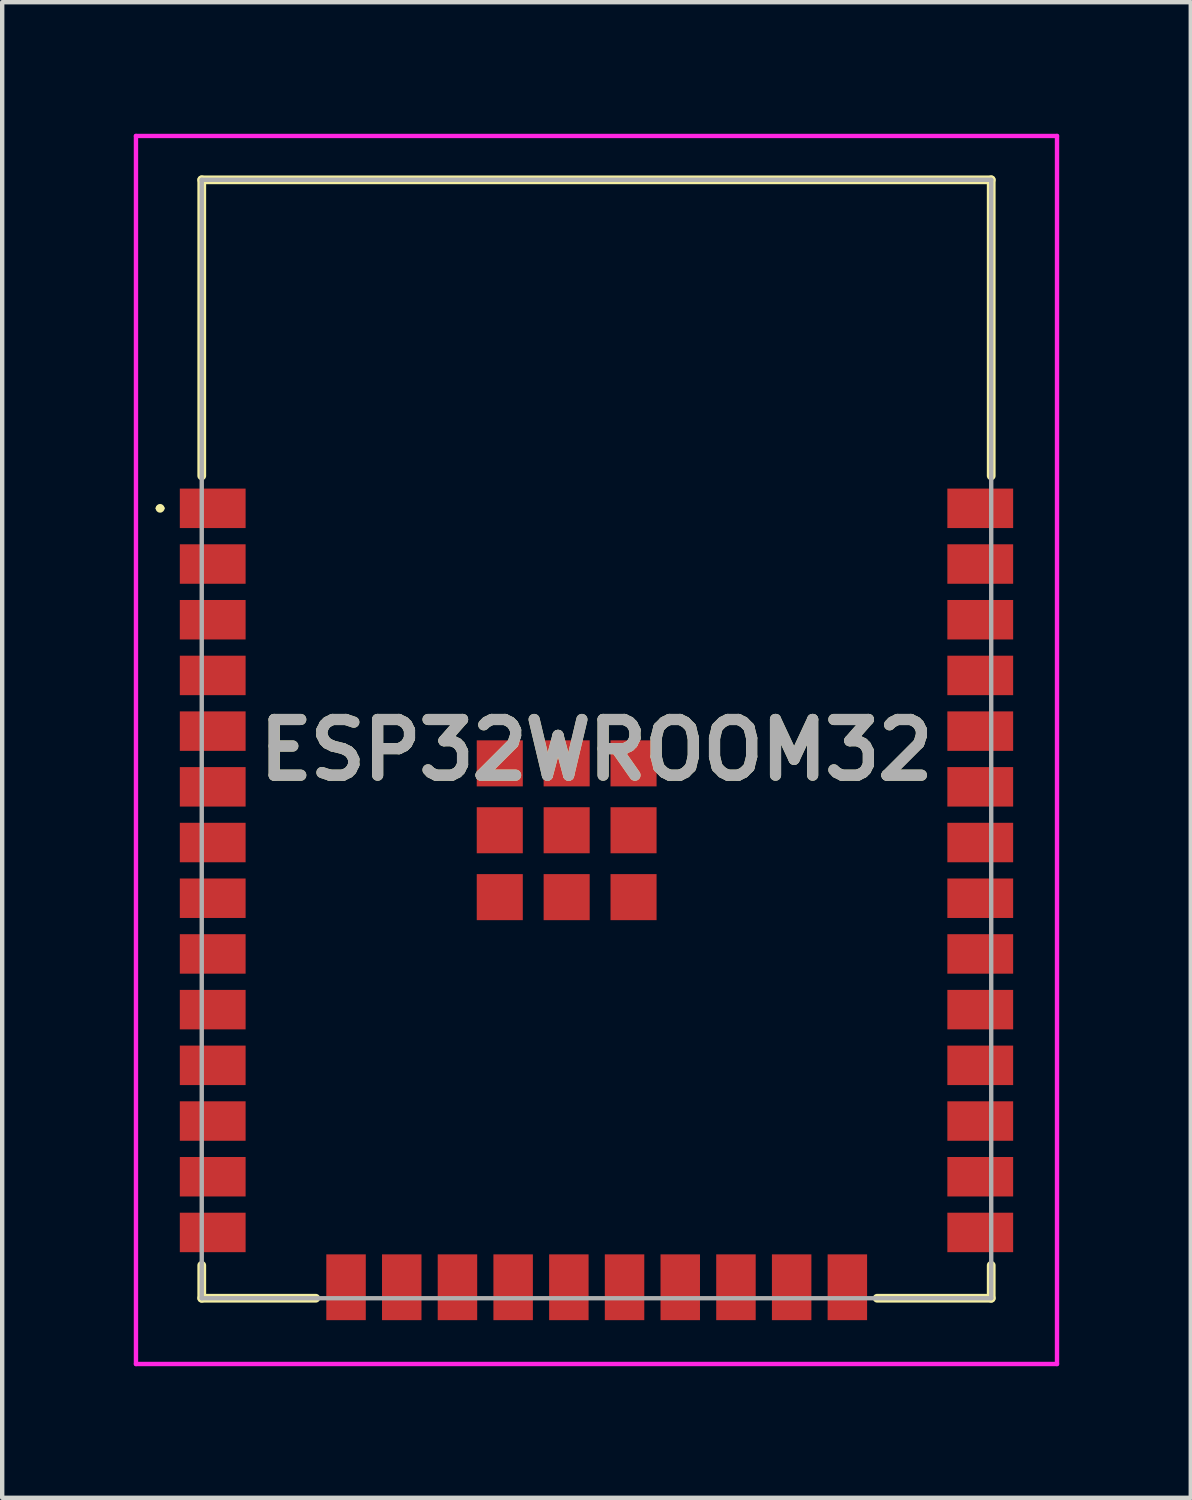
<source format=kicad_pcb>
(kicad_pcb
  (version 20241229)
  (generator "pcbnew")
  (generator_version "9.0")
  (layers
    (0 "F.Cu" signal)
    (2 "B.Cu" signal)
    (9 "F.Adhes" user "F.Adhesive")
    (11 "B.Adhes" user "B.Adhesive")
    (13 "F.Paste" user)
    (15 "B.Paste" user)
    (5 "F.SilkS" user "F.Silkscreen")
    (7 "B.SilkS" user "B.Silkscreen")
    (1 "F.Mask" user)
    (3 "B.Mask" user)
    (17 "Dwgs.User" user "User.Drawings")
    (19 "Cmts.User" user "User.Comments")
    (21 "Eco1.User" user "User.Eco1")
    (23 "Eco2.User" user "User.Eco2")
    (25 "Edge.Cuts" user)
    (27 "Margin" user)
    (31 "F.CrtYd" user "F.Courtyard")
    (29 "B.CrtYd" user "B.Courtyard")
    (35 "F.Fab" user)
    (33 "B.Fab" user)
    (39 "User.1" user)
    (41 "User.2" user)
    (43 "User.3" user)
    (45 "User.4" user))
  (footprint "ESP32WROOM32"
    (layer "F.Cu")
    (at 10.55 14.05)
    (property "Reference" "ESP32WROOM32" (at 0 0 0) (layer "F.SilkS") (effects (font (size 1.27 1.27) (thickness 0.254))))
    (attr smd)
    (fp_line (start -10 -5.51) (end -10 -5.51) (stroke (width 0.1) (type solid)) (layer "F.SilkS"))
    (fp_line (start -9.9 -5.51) (end -9.9 -5.51) (stroke (width 0.1) (type solid)) (layer "F.SilkS"))
    (fp_line (start -9 -13) (end 9 -13) (stroke (width 0.2) (type solid)) (layer "F.SilkS"))
    (fp_line (start -9 -6.25) (end -9 -13) (stroke (width 0.2) (type solid)) (layer "F.SilkS"))
    (fp_line (start -9 12.5) (end -9 11.75) (stroke (width 0.2) (type solid)) (layer "F.SilkS"))
    (fp_line (start -6.4 12.5) (end -9 12.5) (stroke (width 0.2) (type solid)) (layer "F.SilkS"))
    (fp_line (start 6.4 12.5) (end 9 12.5) (stroke (width 0.2) (type solid)) (layer "F.SilkS"))
    (fp_line (start 9 -13) (end 9 -6.25) (stroke (width 0.2) (type solid)) (layer "F.SilkS"))
    (fp_line (start 9 12.5) (end 9 11.75) (stroke (width 0.2) (type solid)) (layer "F.SilkS"))
    (fp_arc (start -10 -5.51) (mid -9.95 -5.56) (end -9.9 -5.51) (stroke (width 0.1) (type solid)) (layer "F.SilkS"))
    (fp_arc (start -9.9 -5.51) (mid -9.95 -5.46) (end -10 -5.51) (stroke (width 0.1) (type solid)) (layer "F.SilkS"))
    (fp_line (start -10.5 -14) (end 10.5 -14) (stroke (width 0.1) (type solid)) (layer "F.CrtYd"))
    (fp_line (start -10.5 14) (end -10.5 -14) (stroke (width 0.1) (type solid)) (layer "F.CrtYd"))
    (fp_line (start 10.5 -14) (end 10.5 14) (stroke (width 0.1) (type solid)) (layer "F.CrtYd"))
    (fp_line (start 10.5 14) (end -10.5 14) (stroke (width 0.1) (type solid)) (layer "F.CrtYd"))
    (fp_line (start -9 -13) (end -9 12.5) (stroke (width 0.1) (type solid)) (layer "F.Fab"))
    (fp_line (start -9 12.5) (end 9 12.5) (stroke (width 0.1) (type solid)) (layer "F.Fab"))
    (fp_line (start 9 -13) (end -9 -13) (stroke (width 0.1) (type solid)) (layer "F.Fab"))
    (fp_line (start 9 12.5) (end 9 -13) (stroke (width 0.1) (type solid)) (layer "F.Fab"))
    (fp_text user "${REFERENCE}" (at 0 0 0) (layer "F.Fab") (effects (font (size 1.27 1.27) (thickness 0.254))))
    (pad "1" smd rect (at -8.75 -5.51 90) (size 0.9 1.5) (layers "F.Cu" "F.Mask" "F.Paste"))
    (pad "2" smd rect (at -8.75 -4.24 90) (size 0.9 1.5) (layers "F.Cu" "F.Mask" "F.Paste"))
    (pad "3" smd rect (at -8.75 -2.97 90) (size 0.9 1.5) (layers "F.Cu" "F.Mask" "F.Paste"))
    (pad "4" smd rect (at -8.75 -1.7 90) (size 0.9 1.5) (layers "F.Cu" "F.Mask" "F.Paste"))
    (pad "5" smd rect (at -8.75 -0.43 90) (size 0.9 1.5) (layers "F.Cu" "F.Mask" "F.Paste"))
    (pad "6" smd rect (at -8.75 0.84 90) (size 0.9 1.5) (layers "F.Cu" "F.Mask" "F.Paste"))
    (pad "7" smd rect (at -8.75 2.11 90) (size 0.9 1.5) (layers "F.Cu" "F.Mask" "F.Paste"))
    (pad "8" smd rect (at -8.75 3.38 90) (size 0.9 1.5) (layers "F.Cu" "F.Mask" "F.Paste"))
    (pad "9" smd rect (at -8.75 4.65 90) (size 0.9 1.5) (layers "F.Cu" "F.Mask" "F.Paste"))
    (pad "10" smd rect (at -8.75 5.92 90) (size 0.9 1.5) (layers "F.Cu" "F.Mask" "F.Paste"))
    (pad "11" smd rect (at -8.75 7.19 90) (size 0.9 1.5) (layers "F.Cu" "F.Mask" "F.Paste"))
    (pad "12" smd rect (at -8.75 8.46 90) (size 0.9 1.5) (layers "F.Cu" "F.Mask" "F.Paste"))
    (pad "13" smd rect (at -8.75 9.73 90) (size 0.9 1.5) (layers "F.Cu" "F.Mask" "F.Paste"))
    (pad "14" smd rect (at -8.75 11 90) (size 0.9 1.5) (layers "F.Cu" "F.Mask" "F.Paste"))
    (pad "15" smd rect (at -5.71 12.25) (size 0.9 1.5) (layers "F.Cu" "F.Mask" "F.Paste"))
    (pad "16" smd rect (at -4.44 12.25) (size 0.9 1.5) (layers "F.Cu" "F.Mask" "F.Paste"))
    (pad "17" smd rect (at -3.17 12.25) (size 0.9 1.5) (layers "F.Cu" "F.Mask" "F.Paste"))
    (pad "18" smd rect (at -1.9 12.25) (size 0.9 1.5) (layers "F.Cu" "F.Mask" "F.Paste"))
    (pad "19" smd rect (at -0.63 12.25) (size 0.9 1.5) (layers "F.Cu" "F.Mask" "F.Paste"))
    (pad "20" smd rect (at 0.64 12.25) (size 0.9 1.5) (layers "F.Cu" "F.Mask" "F.Paste"))
    (pad "21" smd rect (at 1.91 12.25) (size 0.9 1.5) (layers "F.Cu" "F.Mask" "F.Paste"))
    (pad "22" smd rect (at 3.18 12.25) (size 0.9 1.5) (layers "F.Cu" "F.Mask" "F.Paste"))
    (pad "23" smd rect (at 4.45 12.25) (size 0.9 1.5) (layers "F.Cu" "F.Mask" "F.Paste"))
    (pad "24" smd rect (at 5.72 12.25) (size 0.9 1.5) (layers "F.Cu" "F.Mask" "F.Paste"))
    (pad "25" smd rect (at 8.75 11 90) (size 0.9 1.5) (layers "F.Cu" "F.Mask" "F.Paste"))
    (pad "26" smd rect (at 8.75 9.73 90) (size 0.9 1.5) (layers "F.Cu" "F.Mask" "F.Paste"))
    (pad "27" smd rect (at 8.75 8.46 90) (size 0.9 1.5) (layers "F.Cu" "F.Mask" "F.Paste"))
    (pad "28" smd rect (at 8.75 7.19 90) (size 0.9 1.5) (layers "F.Cu" "F.Mask" "F.Paste"))
    (pad "29" smd rect (at 8.75 5.92 90) (size 0.9 1.5) (layers "F.Cu" "F.Mask" "F.Paste"))
    (pad "30" smd rect (at 8.75 4.65 90) (size 0.9 1.5) (layers "F.Cu" "F.Mask" "F.Paste"))
    (pad "31" smd rect (at 8.75 3.38 90) (size 0.9 1.5) (layers "F.Cu" "F.Mask" "F.Paste"))
    (pad "32" smd rect (at 8.75 2.11 90) (size 0.9 1.5) (layers "F.Cu" "F.Mask" "F.Paste"))
    (pad "33" smd rect (at 8.75 0.84 90) (size 0.9 1.5) (layers "F.Cu" "F.Mask" "F.Paste"))
    (pad "34" smd rect (at 8.75 -0.43 90) (size 0.9 1.5) (layers "F.Cu" "F.Mask" "F.Paste"))
    (pad "35" smd rect (at 8.75 -1.7 90) (size 0.9 1.5) (layers "F.Cu" "F.Mask" "F.Paste"))
    (pad "36" smd rect (at 8.75 -2.97 90) (size 0.9 1.5) (layers "F.Cu" "F.Mask" "F.Paste"))
    (pad "37" smd rect (at 8.75 -4.24 90) (size 0.9 1.5) (layers "F.Cu" "F.Mask" "F.Paste"))
    (pad "38" smd rect (at 8.75 -5.51 90) (size 0.9 1.5) (layers "F.Cu" "F.Mask" "F.Paste"))
    (pad "39" smd rect (at -0.68 1.83 90) (size 1.05 1.05) (layers "F.Cu" "F.Mask" "F.Paste"))
    (pad "40" smd rect (at -2.205 0.305 90) (size 1.05 1.05) (layers "F.Cu" "F.Mask" "F.Paste"))
    (pad "41" smd rect (at -2.205 1.83 90) (size 1.05 1.05) (layers "F.Cu" "F.Mask" "F.Paste"))
    (pad "42" smd rect (at -2.205 3.355 90) (size 1.05 1.05) (layers "F.Cu" "F.Mask" "F.Paste"))
    (pad "43" smd rect (at -0.68 3.355 90) (size 1.05 1.05) (layers "F.Cu" "F.Mask" "F.Paste"))
    (pad "44" smd rect (at 0.845 3.355 90) (size 1.05 1.05) (layers "F.Cu" "F.Mask" "F.Paste"))
    (pad "45" smd rect (at 0.845 1.83 90) (size 1.05 1.05) (layers "F.Cu" "F.Mask" "F.Paste"))
    (pad "46" smd rect (at 0.845 0.305 90) (size 1.05 1.05) (layers "F.Cu" "F.Mask" "F.Paste"))
    (pad "47" smd rect (at -0.68 0.305 90) (size 1.05 1.05) (layers "F.Cu" "F.Mask" "F.Paste")))
  (gr_rect
    (start -3 -3)
    (end 24.1 31.1)
    (stroke (width 0.1) (type default))
    (fill no)
    (layer "Edge.Cuts")))
</source>
